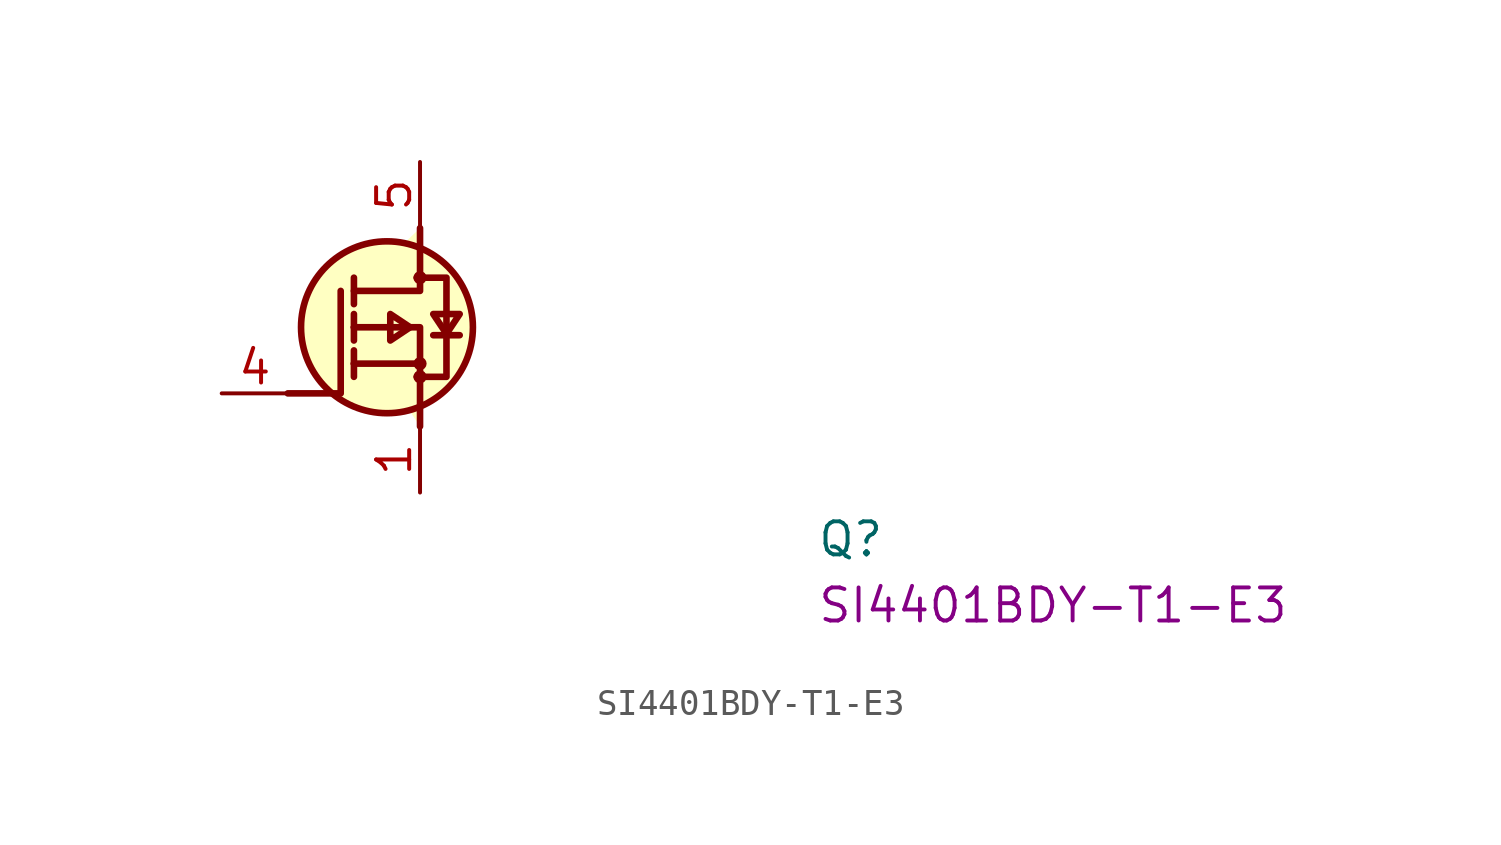
<source format=kicad_sym>
(kicad_symbol_lib
  (version 20220914)
  (generator kicad_symbol_editor)
  (symbol "SI4401BDY-T1-E3"
    (pin_names hide)
    (property "Reference" "Q"
      (at 22.86 -6.35 0)
      (effects (font (size 1.27 1.27) (thickness 0.15)) (justify left bottom)))
    (property "MPN" "SI4401BDY-T1-E3"
      (at 22.86 -8.89 0)
      (effects (font (size 1.27 1.27) (thickness 0.15)) (justify left bottom)))
    (symbol "SI4401BDY-T1-E3_1_1"
      (polyline (pts (xy 5.08 1.143) (xy 5.08 0.635)) (stroke (width 0.254) (type default)) (fill (type background)))
      (polyline (pts (xy 5.08 1.143) (xy 5.08 1.651)) (stroke (width 0.254) (type default)) (fill (type background)))
      (polyline (pts (xy 5.08 2.54) (xy 5.08 2.032)) (stroke (width 0.254) (type default)) (fill (type background)))
      (polyline (pts (xy 5.08 2.54) (xy 5.08 3.048)) (stroke (width 0.254) (type default)) (fill (type background)))
      (polyline (pts (xy 5.08 4.445) (xy 5.08 3.429)) (stroke (width 0.254) (type default)) (fill (type background)))
      (polyline (pts (xy 7.62 1.143) (xy 5.08 1.143)) (stroke (width 0.254) (type default)) (fill (type background)))
      (polyline (pts (xy 9.144 2.235) (xy 8.128 2.235)) (stroke (width 0.254) (type default)) (fill (type background)))
      (polyline (pts (xy 2.54 0) (xy 4.572 0) (xy 4.572 3.937)) (stroke (width 0.254) (type default)) (fill (type none)))
      (polyline (pts (xy 7.62 -1.27) (xy 7.62 2.54) (xy 5.08 2.54)) (stroke (width 0.254) (type default)) (fill (type background)))
      (polyline (pts (xy 7.62 6.35) (xy 7.62 3.937) (xy 5.08 3.937)) (stroke (width 0.254) (type default)) (fill (type background)))
      (polyline (pts (xy 7.239 2.54) (xy 6.477 3.048) (xy 6.477 2.032) (xy 7.239 2.54)) (stroke (width 0.254) (type default)) (fill (type background)))
      (polyline (pts (xy 8.636 2.286) (xy 8.128 3.048) (xy 9.144 3.048) (xy 8.636 2.286)) (stroke (width 0.254) (type default)) (fill (type background)))
      (polyline (pts (xy 7.493 0.635) (xy 8.636 0.635) (xy 8.636 3.937) (xy 8.636 4.445) (xy 7.493 4.445)) (stroke (width 0.254) (type default)) (fill (type background)))
      (circle (center 6.35 2.54) (radius 3.302) (stroke (width 0.254) (type default)) (fill (type background)))
      (circle (center 7.62 0.635) (radius 0.127) (stroke (width 0.254) (type default)) (fill (type background)))
      (circle (center 7.62 1.143) (radius 0.127) (stroke (width 0.254) (type default)) (fill (type background)))
      (circle (center 7.62 4.445) (radius 0.127) (stroke (width 0.254) (type default)) (fill (type background)))
      (pin passive line (at 7.62 -3.81 90) (length 2.54) (name "S" (effects (font (size 1.27 1.27)))) (number "1" (effects (font (size 1.27 1.27)))))
      (pin passive line (at 7.62 -3.81 90) (length 2.54) hide (name "S" (effects (font (size 1.27 1.27)))) (number "2" (effects (font (size 1.27 1.27)))))
      (pin passive line (at 7.62 -3.81 90) (length 2.54) hide (name "S" (effects (font (size 1.27 1.27)))) (number "3" (effects (font (size 1.27 1.27)))))
      (pin passive line (at 0 0 0) (length 2.54) (name "G" (effects (font (size 1.27 1.27)))) (number "4" (effects (font (size 1.27 1.27)))))
      (pin passive line (at 7.62 8.89 270) (length 2.54) (name "D" (effects (font (size 1.27 1.27)))) (number "5" (effects (font (size 1.27 1.27)))))
      (pin passive line (at 7.62 8.89 270) (length 2.54) hide (name "D" (effects (font (size 1.27 1.27)))) (number "6" (effects (font (size 1.27 1.27)))))
      (pin passive line (at 7.62 8.89 270) (length 2.54) hide (name "D" (effects (font (size 1.27 1.27)))) (number "7" (effects (font (size 1.27 1.27)))))
      (pin passive line (at 7.62 8.89 270) (length 2.54) hide (name "D" (effects (font (size 1.27 1.27)))) (number "8" (effects (font (size 1.27 1.27))))))))
</source>
